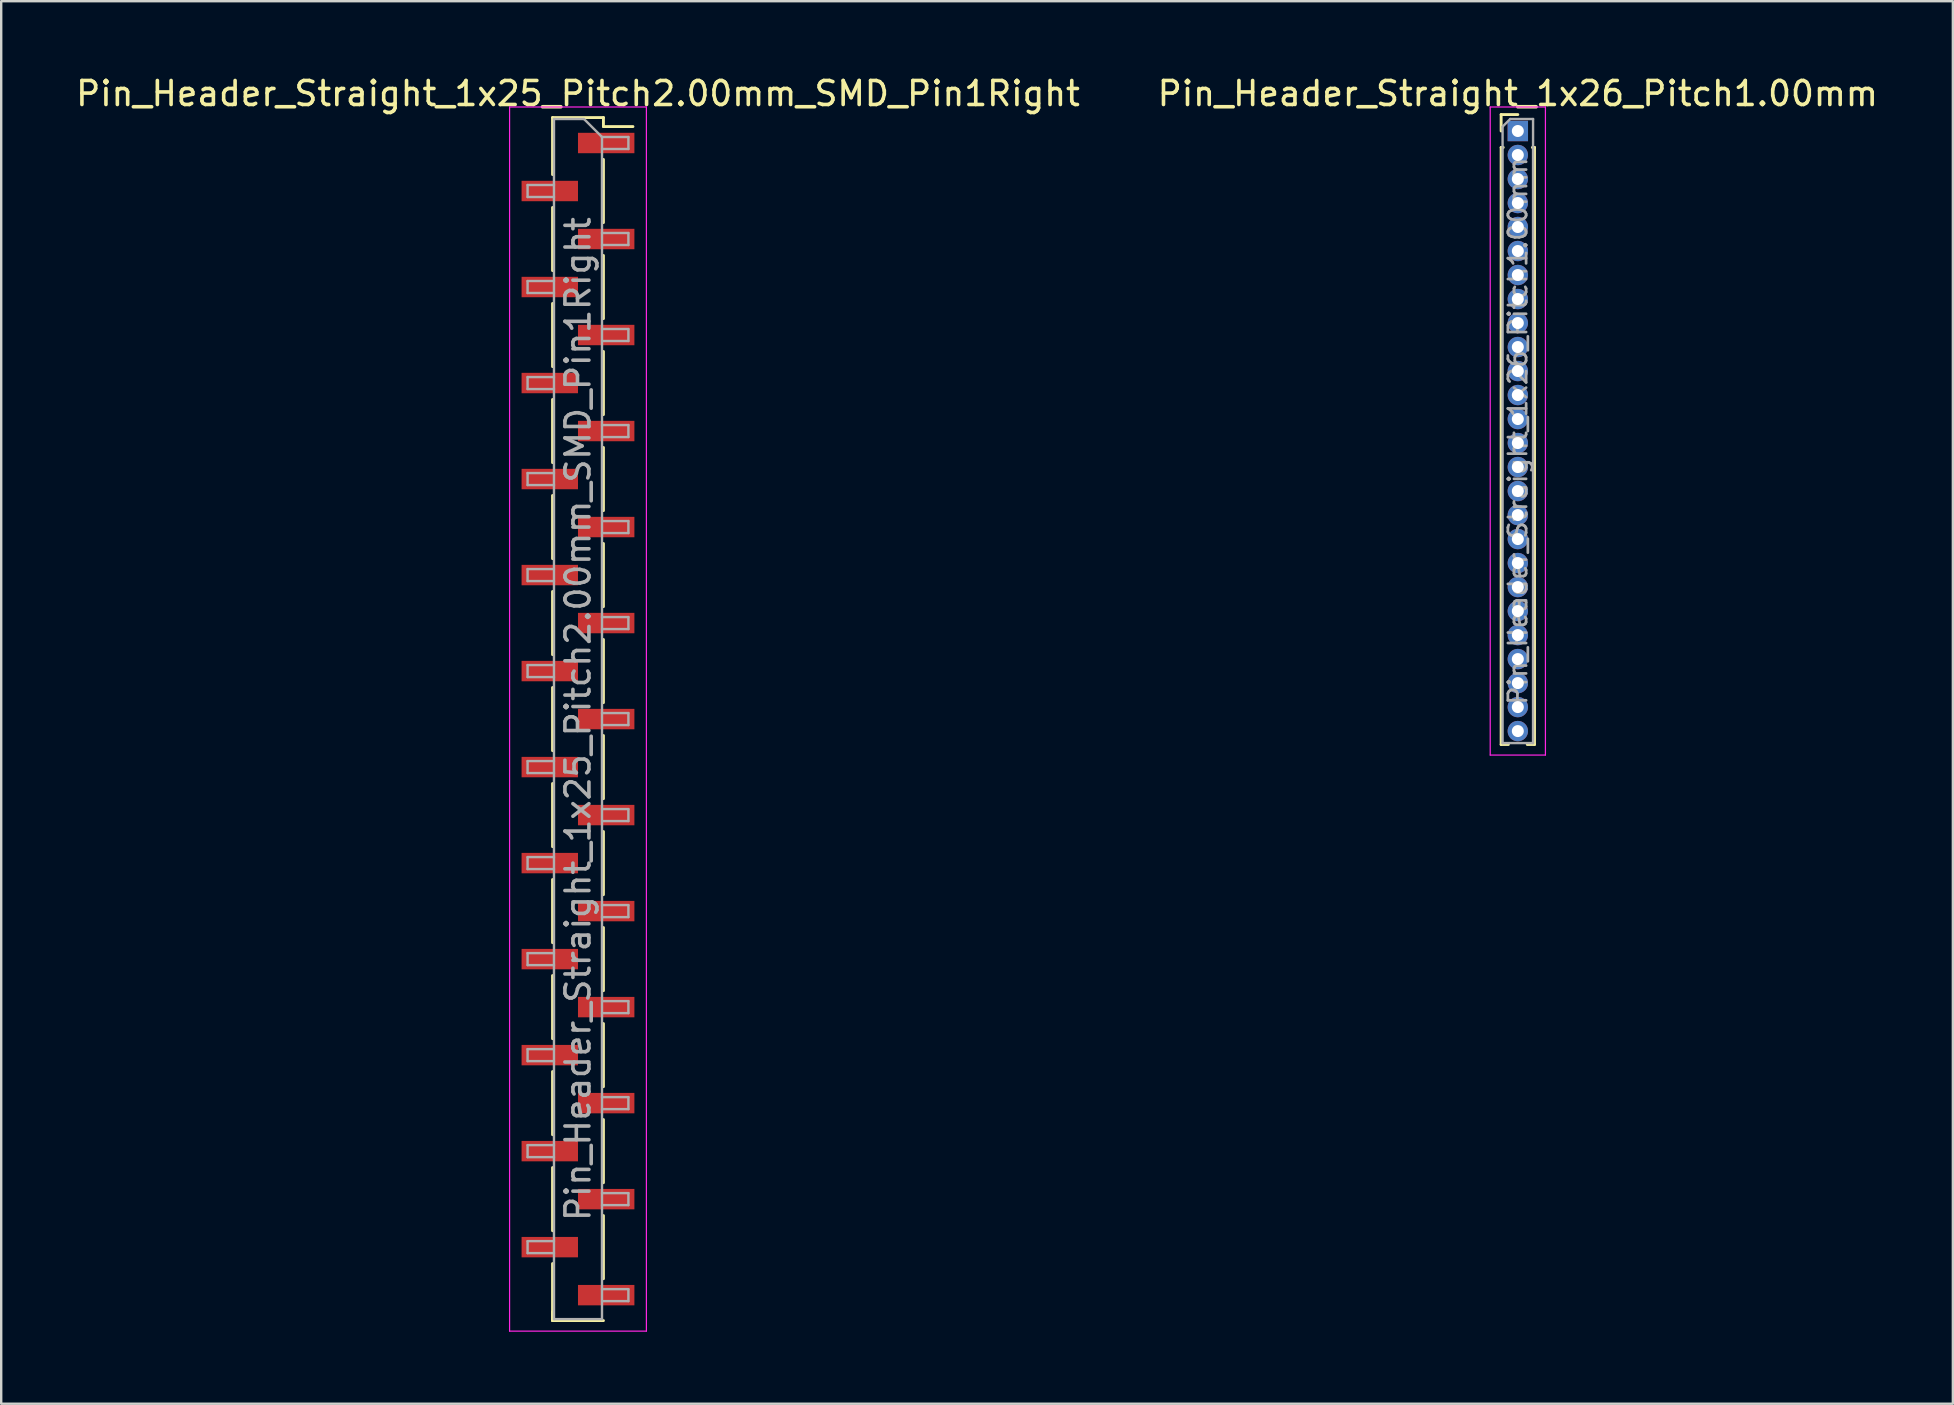
<source format=kicad_pcb>
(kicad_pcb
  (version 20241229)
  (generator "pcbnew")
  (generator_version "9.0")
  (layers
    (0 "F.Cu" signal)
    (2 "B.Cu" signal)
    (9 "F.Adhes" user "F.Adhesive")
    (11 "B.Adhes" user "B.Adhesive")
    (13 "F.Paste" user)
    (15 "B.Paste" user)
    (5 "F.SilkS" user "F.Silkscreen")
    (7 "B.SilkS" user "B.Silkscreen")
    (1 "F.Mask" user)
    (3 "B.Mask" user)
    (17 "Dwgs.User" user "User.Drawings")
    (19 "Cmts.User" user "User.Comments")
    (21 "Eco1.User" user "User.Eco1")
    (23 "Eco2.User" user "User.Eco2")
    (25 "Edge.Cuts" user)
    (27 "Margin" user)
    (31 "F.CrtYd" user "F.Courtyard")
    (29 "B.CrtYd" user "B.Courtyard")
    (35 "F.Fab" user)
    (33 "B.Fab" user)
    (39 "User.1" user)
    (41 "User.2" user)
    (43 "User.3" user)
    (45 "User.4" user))
  (footprint "Pin_Header_Straight_1x25_Pitch2.00mm_SMD_Pin1Right"
    (layer "F.Cu")
    (at 21.03 26.908)
    (property "Reference" "Pin_Header_Straight_1x25_Pitch2.00mm_SMD_Pin1Right" (at 0 -26.06 0) (layer "F.SilkS") (effects (font (size 1 1) (thickness 0.15))))
    (attr smd)
    (fp_line (start -1.06 -25.06) (end -1.06 -22.685) (stroke (width 0.12) (type solid)) (layer "F.SilkS"))
    (fp_line (start -1.06 -25.06) (end 1.06 -25.06) (stroke (width 0.12) (type solid)) (layer "F.SilkS"))
    (fp_line (start -1.06 -21.315) (end -1.06 -18.685) (stroke (width 0.12) (type solid)) (layer "F.SilkS"))
    (fp_line (start -1.06 -17.315) (end -1.06 -14.685) (stroke (width 0.12) (type solid)) (layer "F.SilkS"))
    (fp_line (start -1.06 -13.315) (end -1.06 -10.685) (stroke (width 0.12) (type solid)) (layer "F.SilkS"))
    (fp_line (start -1.06 -9.315) (end -1.06 -6.685) (stroke (width 0.12) (type solid)) (layer "F.SilkS"))
    (fp_line (start -1.06 -5.315) (end -1.06 -2.685) (stroke (width 0.12) (type solid)) (layer "F.SilkS"))
    (fp_line (start -1.06 -1.315) (end -1.06 1.315) (stroke (width 0.12) (type solid)) (layer "F.SilkS"))
    (fp_line (start -1.06 2.685) (end -1.06 5.315) (stroke (width 0.12) (type solid)) (layer "F.SilkS"))
    (fp_line (start -1.06 6.685) (end -1.06 9.315) (stroke (width 0.12) (type solid)) (layer "F.SilkS"))
    (fp_line (start -1.06 10.685) (end -1.06 13.315) (stroke (width 0.12) (type solid)) (layer "F.SilkS"))
    (fp_line (start -1.06 14.685) (end -1.06 17.315) (stroke (width 0.12) (type solid)) (layer "F.SilkS"))
    (fp_line (start -1.06 18.685) (end -1.06 21.315) (stroke (width 0.12) (type solid)) (layer "F.SilkS"))
    (fp_line (start -1.06 22.685) (end -1.06 25.06) (stroke (width 0.12) (type solid)) (layer "F.SilkS"))
    (fp_line (start -1.06 24.685) (end -1.06 25.06) (stroke (width 0.12) (type solid)) (layer "F.SilkS"))
    (fp_line (start -1.06 25.06) (end 1.06 25.06) (stroke (width 0.12) (type solid)) (layer "F.SilkS"))
    (fp_line (start 1.06 -25.06) (end 1.06 -24.685) (stroke (width 0.12) (type solid)) (layer "F.SilkS"))
    (fp_line (start 1.06 -24.685) (end 2.29 -24.685) (stroke (width 0.12) (type solid)) (layer "F.SilkS"))
    (fp_line (start 1.06 -23.315) (end 1.06 -20.685) (stroke (width 0.12) (type solid)) (layer "F.SilkS"))
    (fp_line (start 1.06 -19.315) (end 1.06 -16.685) (stroke (width 0.12) (type solid)) (layer "F.SilkS"))
    (fp_line (start 1.06 -15.315) (end 1.06 -12.685) (stroke (width 0.12) (type solid)) (layer "F.SilkS"))
    (fp_line (start 1.06 -11.315) (end 1.06 -8.685) (stroke (width 0.12) (type solid)) (layer "F.SilkS"))
    (fp_line (start 1.06 -7.315) (end 1.06 -4.685) (stroke (width 0.12) (type solid)) (layer "F.SilkS"))
    (fp_line (start 1.06 -3.315) (end 1.06 -0.685) (stroke (width 0.12) (type solid)) (layer "F.SilkS"))
    (fp_line (start 1.06 0.685) (end 1.06 3.315) (stroke (width 0.12) (type solid)) (layer "F.SilkS"))
    (fp_line (start 1.06 4.685) (end 1.06 7.315) (stroke (width 0.12) (type solid)) (layer "F.SilkS"))
    (fp_line (start 1.06 8.685) (end 1.06 11.315) (stroke (width 0.12) (type solid)) (layer "F.SilkS"))
    (fp_line (start 1.06 12.685) (end 1.06 15.315) (stroke (width 0.12) (type solid)) (layer "F.SilkS"))
    (fp_line (start 1.06 16.685) (end 1.06 19.315) (stroke (width 0.12) (type solid)) (layer "F.SilkS"))
    (fp_line (start 1.06 20.685) (end 1.06 23.315) (stroke (width 0.12) (type solid)) (layer "F.SilkS"))
    (fp_line (start -2.85 -25.5) (end -2.85 25.5) (stroke (width 0.05) (type solid)) (layer "F.CrtYd"))
    (fp_line (start -2.85 25.5) (end 2.85 25.5) (stroke (width 0.05) (type solid)) (layer "F.CrtYd"))
    (fp_line (start 2.85 -25.5) (end -2.85 -25.5) (stroke (width 0.05) (type solid)) (layer "F.CrtYd"))
    (fp_line (start 2.85 25.5) (end 2.85 -25.5) (stroke (width 0.05) (type solid)) (layer "F.CrtYd"))
    (fp_line (start -2.1 -22.25) (end -2.1 -21.75) (stroke (width 0.1) (type solid)) (layer "F.Fab"))
    (fp_line (start -2.1 -21.75) (end -1 -21.75) (stroke (width 0.1) (type solid)) (layer "F.Fab"))
    (fp_line (start -2.1 -18.25) (end -2.1 -17.75) (stroke (width 0.1) (type solid)) (layer "F.Fab"))
    (fp_line (start -2.1 -17.75) (end -1 -17.75) (stroke (width 0.1) (type solid)) (layer "F.Fab"))
    (fp_line (start -2.1 -14.25) (end -2.1 -13.75) (stroke (width 0.1) (type solid)) (layer "F.Fab"))
    (fp_line (start -2.1 -13.75) (end -1 -13.75) (stroke (width 0.1) (type solid)) (layer "F.Fab"))
    (fp_line (start -2.1 -10.25) (end -2.1 -9.75) (stroke (width 0.1) (type solid)) (layer "F.Fab"))
    (fp_line (start -2.1 -9.75) (end -1 -9.75) (stroke (width 0.1) (type solid)) (layer "F.Fab"))
    (fp_line (start -2.1 -6.25) (end -2.1 -5.75) (stroke (width 0.1) (type solid)) (layer "F.Fab"))
    (fp_line (start -2.1 -5.75) (end -1 -5.75) (stroke (width 0.1) (type solid)) (layer "F.Fab"))
    (fp_line (start -2.1 -2.25) (end -2.1 -1.75) (stroke (width 0.1) (type solid)) (layer "F.Fab"))
    (fp_line (start -2.1 -1.75) (end -1 -1.75) (stroke (width 0.1) (type solid)) (layer "F.Fab"))
    (fp_line (start -2.1 1.75) (end -2.1 2.25) (stroke (width 0.1) (type solid)) (layer "F.Fab"))
    (fp_line (start -2.1 2.25) (end -1 2.25) (stroke (width 0.1) (type solid)) (layer "F.Fab"))
    (fp_line (start -2.1 5.75) (end -2.1 6.25) (stroke (width 0.1) (type solid)) (layer "F.Fab"))
    (fp_line (start -2.1 6.25) (end -1 6.25) (stroke (width 0.1) (type solid)) (layer "F.Fab"))
    (fp_line (start -2.1 9.75) (end -2.1 10.25) (stroke (width 0.1) (type solid)) (layer "F.Fab"))
    (fp_line (start -2.1 10.25) (end -1 10.25) (stroke (width 0.1) (type solid)) (layer "F.Fab"))
    (fp_line (start -2.1 13.75) (end -2.1 14.25) (stroke (width 0.1) (type solid)) (layer "F.Fab"))
    (fp_line (start -2.1 14.25) (end -1 14.25) (stroke (width 0.1) (type solid)) (layer "F.Fab"))
    (fp_line (start -2.1 17.75) (end -2.1 18.25) (stroke (width 0.1) (type solid)) (layer "F.Fab"))
    (fp_line (start -2.1 18.25) (end -1 18.25) (stroke (width 0.1) (type solid)) (layer "F.Fab"))
    (fp_line (start -2.1 21.75) (end -2.1 22.25) (stroke (width 0.1) (type solid)) (layer "F.Fab"))
    (fp_line (start -2.1 22.25) (end -1 22.25) (stroke (width 0.1) (type solid)) (layer "F.Fab"))
    (fp_line (start -1 -25) (end -1 25) (stroke (width 0.1) (type solid)) (layer "F.Fab"))
    (fp_line (start -1 -25) (end 0.25 -25) (stroke (width 0.1) (type solid)) (layer "F.Fab"))
    (fp_line (start -1 -22.25) (end -2.1 -22.25) (stroke (width 0.1) (type solid)) (layer "F.Fab"))
    (fp_line (start -1 -18.25) (end -2.1 -18.25) (stroke (width 0.1) (type solid)) (layer "F.Fab"))
    (fp_line (start -1 -14.25) (end -2.1 -14.25) (stroke (width 0.1) (type solid)) (layer "F.Fab"))
    (fp_line (start -1 -10.25) (end -2.1 -10.25) (stroke (width 0.1) (type solid)) (layer "F.Fab"))
    (fp_line (start -1 -6.25) (end -2.1 -6.25) (stroke (width 0.1) (type solid)) (layer "F.Fab"))
    (fp_line (start -1 -2.25) (end -2.1 -2.25) (stroke (width 0.1) (type solid)) (layer "F.Fab"))
    (fp_line (start -1 1.75) (end -2.1 1.75) (stroke (width 0.1) (type solid)) (layer "F.Fab"))
    (fp_line (start -1 5.75) (end -2.1 5.75) (stroke (width 0.1) (type solid)) (layer "F.Fab"))
    (fp_line (start -1 9.75) (end -2.1 9.75) (stroke (width 0.1) (type solid)) (layer "F.Fab"))
    (fp_line (start -1 13.75) (end -2.1 13.75) (stroke (width 0.1) (type solid)) (layer "F.Fab"))
    (fp_line (start -1 17.75) (end -2.1 17.75) (stroke (width 0.1) (type solid)) (layer "F.Fab"))
    (fp_line (start -1 21.75) (end -2.1 21.75) (stroke (width 0.1) (type solid)) (layer "F.Fab"))
    (fp_line (start 1 -24.25) (end 0.25 -25) (stroke (width 0.1) (type solid)) (layer "F.Fab"))
    (fp_line (start 1 -24.25) (end 2.1 -24.25) (stroke (width 0.1) (type solid)) (layer "F.Fab"))
    (fp_line (start 1 -20.25) (end 2.1 -20.25) (stroke (width 0.1) (type solid)) (layer "F.Fab"))
    (fp_line (start 1 -16.25) (end 2.1 -16.25) (stroke (width 0.1) (type solid)) (layer "F.Fab"))
    (fp_line (start 1 -12.25) (end 2.1 -12.25) (stroke (width 0.1) (type solid)) (layer "F.Fab"))
    (fp_line (start 1 -8.25) (end 2.1 -8.25) (stroke (width 0.1) (type solid)) (layer "F.Fab"))
    (fp_line (start 1 -4.25) (end 2.1 -4.25) (stroke (width 0.1) (type solid)) (layer "F.Fab"))
    (fp_line (start 1 -0.25) (end 2.1 -0.25) (stroke (width 0.1) (type solid)) (layer "F.Fab"))
    (fp_line (start 1 3.75) (end 2.1 3.75) (stroke (width 0.1) (type solid)) (layer "F.Fab"))
    (fp_line (start 1 7.75) (end 2.1 7.75) (stroke (width 0.1) (type solid)) (layer "F.Fab"))
    (fp_line (start 1 11.75) (end 2.1 11.75) (stroke (width 0.1) (type solid)) (layer "F.Fab"))
    (fp_line (start 1 15.75) (end 2.1 15.75) (stroke (width 0.1) (type solid)) (layer "F.Fab"))
    (fp_line (start 1 19.75) (end 2.1 19.75) (stroke (width 0.1) (type solid)) (layer "F.Fab"))
    (fp_line (start 1 23.75) (end 2.1 23.75) (stroke (width 0.1) (type solid)) (layer "F.Fab"))
    (fp_line (start 1 25) (end -1 25) (stroke (width 0.1) (type solid)) (layer "F.Fab"))
    (fp_line (start 1 25) (end 1 -24.25) (stroke (width 0.1) (type solid)) (layer "F.Fab"))
    (fp_line (start 2.1 -24.25) (end 2.1 -23.75) (stroke (width 0.1) (type solid)) (layer "F.Fab"))
    (fp_line (start 2.1 -23.75) (end 1 -23.75) (stroke (width 0.1) (type solid)) (layer "F.Fab"))
    (fp_line (start 2.1 -20.25) (end 2.1 -19.75) (stroke (width 0.1) (type solid)) (layer "F.Fab"))
    (fp_line (start 2.1 -19.75) (end 1 -19.75) (stroke (width 0.1) (type solid)) (layer "F.Fab"))
    (fp_line (start 2.1 -16.25) (end 2.1 -15.75) (stroke (width 0.1) (type solid)) (layer "F.Fab"))
    (fp_line (start 2.1 -15.75) (end 1 -15.75) (stroke (width 0.1) (type solid)) (layer "F.Fab"))
    (fp_line (start 2.1 -12.25) (end 2.1 -11.75) (stroke (width 0.1) (type solid)) (layer "F.Fab"))
    (fp_line (start 2.1 -11.75) (end 1 -11.75) (stroke (width 0.1) (type solid)) (layer "F.Fab"))
    (fp_line (start 2.1 -8.25) (end 2.1 -7.75) (stroke (width 0.1) (type solid)) (layer "F.Fab"))
    (fp_line (start 2.1 -7.75) (end 1 -7.75) (stroke (width 0.1) (type solid)) (layer "F.Fab"))
    (fp_line (start 2.1 -4.25) (end 2.1 -3.75) (stroke (width 0.1) (type solid)) (layer "F.Fab"))
    (fp_line (start 2.1 -3.75) (end 1 -3.75) (stroke (width 0.1) (type solid)) (layer "F.Fab"))
    (fp_line (start 2.1 -0.25) (end 2.1 0.25) (stroke (width 0.1) (type solid)) (layer "F.Fab"))
    (fp_line (start 2.1 0.25) (end 1 0.25) (stroke (width 0.1) (type solid)) (layer "F.Fab"))
    (fp_line (start 2.1 3.75) (end 2.1 4.25) (stroke (width 0.1) (type solid)) (layer "F.Fab"))
    (fp_line (start 2.1 4.25) (end 1 4.25) (stroke (width 0.1) (type solid)) (layer "F.Fab"))
    (fp_line (start 2.1 7.75) (end 2.1 8.25) (stroke (width 0.1) (type solid)) (layer "F.Fab"))
    (fp_line (start 2.1 8.25) (end 1 8.25) (stroke (width 0.1) (type solid)) (layer "F.Fab"))
    (fp_line (start 2.1 11.75) (end 2.1 12.25) (stroke (width 0.1) (type solid)) (layer "F.Fab"))
    (fp_line (start 2.1 12.25) (end 1 12.25) (stroke (width 0.1) (type solid)) (layer "F.Fab"))
    (fp_line (start 2.1 15.75) (end 2.1 16.25) (stroke (width 0.1) (type solid)) (layer "F.Fab"))
    (fp_line (start 2.1 16.25) (end 1 16.25) (stroke (width 0.1) (type solid)) (layer "F.Fab"))
    (fp_line (start 2.1 19.75) (end 2.1 20.25) (stroke (width 0.1) (type solid)) (layer "F.Fab"))
    (fp_line (start 2.1 20.25) (end 1 20.25) (stroke (width 0.1) (type solid)) (layer "F.Fab"))
    (fp_line (start 2.1 23.75) (end 2.1 24.25) (stroke (width 0.1) (type solid)) (layer "F.Fab"))
    (fp_line (start 2.1 24.25) (end 1 24.25) (stroke (width 0.1) (type solid)) (layer "F.Fab"))
    (fp_text user "${REFERENCE}" (at 0 0 90) (layer "F.Fab") (effects (font (size 1 1) (thickness 0.15))))
    (pad "1" smd rect (at 1.175 -24) (size 2.35 0.85) (layers "F.Cu" "F.Mask" "F.Paste"))
    (pad "2" smd rect (at -1.175 -22) (size 2.35 0.85) (layers "F.Cu" "F.Mask" "F.Paste"))
    (pad "3" smd rect (at 1.175 -20) (size 2.35 0.85) (layers "F.Cu" "F.Mask" "F.Paste"))
    (pad "4" smd rect (at -1.175 -18) (size 2.35 0.85) (layers "F.Cu" "F.Mask" "F.Paste"))
    (pad "5" smd rect (at 1.175 -16) (size 2.35 0.85) (layers "F.Cu" "F.Mask" "F.Paste"))
    (pad "6" smd rect (at -1.175 -14) (size 2.35 0.85) (layers "F.Cu" "F.Mask" "F.Paste"))
    (pad "7" smd rect (at 1.175 -12) (size 2.35 0.85) (layers "F.Cu" "F.Mask" "F.Paste"))
    (pad "8" smd rect (at -1.175 -10) (size 2.35 0.85) (layers "F.Cu" "F.Mask" "F.Paste"))
    (pad "9" smd rect (at 1.175 -8) (size 2.35 0.85) (layers "F.Cu" "F.Mask" "F.Paste"))
    (pad "10" smd rect (at -1.175 -6) (size 2.35 0.85) (layers "F.Cu" "F.Mask" "F.Paste"))
    (pad "11" smd rect (at 1.175 -4) (size 2.35 0.85) (layers "F.Cu" "F.Mask" "F.Paste"))
    (pad "12" smd rect (at -1.175 -2) (size 2.35 0.85) (layers "F.Cu" "F.Mask" "F.Paste"))
    (pad "13" smd rect (at 1.175 0) (size 2.35 0.85) (layers "F.Cu" "F.Mask" "F.Paste"))
    (pad "14" smd rect (at -1.175 2) (size 2.35 0.85) (layers "F.Cu" "F.Mask" "F.Paste"))
    (pad "15" smd rect (at 1.175 4) (size 2.35 0.85) (layers "F.Cu" "F.Mask" "F.Paste"))
    (pad "16" smd rect (at -1.175 6) (size 2.35 0.85) (layers "F.Cu" "F.Mask" "F.Paste"))
    (pad "17" smd rect (at 1.175 8) (size 2.35 0.85) (layers "F.Cu" "F.Mask" "F.Paste"))
    (pad "18" smd rect (at -1.175 10) (size 2.35 0.85) (layers "F.Cu" "F.Mask" "F.Paste"))
    (pad "19" smd rect (at 1.175 12) (size 2.35 0.85) (layers "F.Cu" "F.Mask" "F.Paste"))
    (pad "20" smd rect (at -1.175 14) (size 2.35 0.85) (layers "F.Cu" "F.Mask" "F.Paste"))
    (pad "21" smd rect (at 1.175 16) (size 2.35 0.85) (layers "F.Cu" "F.Mask" "F.Paste"))
    (pad "22" smd rect (at -1.175 18) (size 2.35 0.85) (layers "F.Cu" "F.Mask" "F.Paste"))
    (pad "23" smd rect (at 1.175 20) (size 2.35 0.85) (layers "F.Cu" "F.Mask" "F.Paste"))
    (pad "24" smd rect (at -1.175 22) (size 2.35 0.85) (layers "F.Cu" "F.Mask" "F.Paste"))
    (pad "25" smd rect (at 1.175 24) (size 2.35 0.85) (layers "F.Cu" "F.Mask" "F.Paste")))
  (footprint "Pin_Header_Straight_1x26_Pitch1.00mm"
    (layer "F.Cu")
    (at 60.185 2.408)
    (property "Reference" "Pin_Header_Straight_1x26_Pitch1.00mm" (at 0 -1.56 0) (layer "F.SilkS") (effects (font (size 1 1) (thickness 0.15))))
    (attr through_hole)
    (fp_line (start -0.695 -0.685) (end 0 -0.685) (stroke (width 0.12) (type solid)) (layer "F.SilkS"))
    (fp_line (start -0.695 0) (end -0.695 -0.685) (stroke (width 0.12) (type solid)) (layer "F.SilkS"))
    (fp_line (start -0.695 0.685) (end -0.695 25.56) (stroke (width 0.12) (type solid)) (layer "F.SilkS"))
    (fp_line (start -0.695 0.685) (end -0.608 0.685) (stroke (width 0.12) (type solid)) (layer "F.SilkS"))
    (fp_line (start -0.695 25.56) (end -0.394 25.56) (stroke (width 0.12) (type solid)) (layer "F.SilkS"))
    (fp_line (start 0.394 25.56) (end 0.695 25.56) (stroke (width 0.12) (type solid)) (layer "F.SilkS"))
    (fp_line (start 0.608 0.685) (end 0.695 0.685) (stroke (width 0.12) (type solid)) (layer "F.SilkS"))
    (fp_line (start 0.695 0.685) (end 0.695 25.56) (stroke (width 0.12) (type solid)) (layer "F.SilkS"))
    (fp_line (start -1.15 -1) (end -1.15 26) (stroke (width 0.05) (type solid)) (layer "F.CrtYd"))
    (fp_line (start -1.15 26) (end 1.15 26) (stroke (width 0.05) (type solid)) (layer "F.CrtYd"))
    (fp_line (start 1.15 -1) (end -1.15 -1) (stroke (width 0.05) (type solid)) (layer "F.CrtYd"))
    (fp_line (start 1.15 26) (end 1.15 -1) (stroke (width 0.05) (type solid)) (layer "F.CrtYd"))
    (fp_line (start -0.635 -0.182) (end -0.318 -0.5) (stroke (width 0.1) (type solid)) (layer "F.Fab"))
    (fp_line (start -0.635 25.5) (end -0.635 -0.182) (stroke (width 0.1) (type solid)) (layer "F.Fab"))
    (fp_line (start -0.318 -0.5) (end 0.635 -0.5) (stroke (width 0.1) (type solid)) (layer "F.Fab"))
    (fp_line (start 0.635 -0.5) (end 0.635 25.5) (stroke (width 0.1) (type solid)) (layer "F.Fab"))
    (fp_line (start 0.635 25.5) (end -0.635 25.5) (stroke (width 0.1) (type solid)) (layer "F.Fab"))
    (fp_text user "${REFERENCE}" (at 0 12.5 90) (layer "F.Fab") (effects (font (size 0.76 0.76) (thickness 0.114))))
    (pad "1" thru_hole rect (at 0 0) (size 0.85 0.85) (drill 0.5) (layers "*.Cu" "*.Mask"))
    (pad "2" thru_hole oval (at 0 1) (size 0.85 0.85) (drill 0.5) (layers "*.Cu" "*.Mask"))
    (pad "3" thru_hole oval (at 0 2) (size 0.85 0.85) (drill 0.5) (layers "*.Cu" "*.Mask"))
    (pad "4" thru_hole oval (at 0 3) (size 0.85 0.85) (drill 0.5) (layers "*.Cu" "*.Mask"))
    (pad "5" thru_hole oval (at 0 4) (size 0.85 0.85) (drill 0.5) (layers "*.Cu" "*.Mask"))
    (pad "6" thru_hole oval (at 0 5) (size 0.85 0.85) (drill 0.5) (layers "*.Cu" "*.Mask"))
    (pad "7" thru_hole oval (at 0 6) (size 0.85 0.85) (drill 0.5) (layers "*.Cu" "*.Mask"))
    (pad "8" thru_hole oval (at 0 7) (size 0.85 0.85) (drill 0.5) (layers "*.Cu" "*.Mask"))
    (pad "9" thru_hole oval (at 0 8) (size 0.85 0.85) (drill 0.5) (layers "*.Cu" "*.Mask"))
    (pad "10" thru_hole oval (at 0 9) (size 0.85 0.85) (drill 0.5) (layers "*.Cu" "*.Mask"))
    (pad "11" thru_hole oval (at 0 10) (size 0.85 0.85) (drill 0.5) (layers "*.Cu" "*.Mask"))
    (pad "12" thru_hole oval (at 0 11) (size 0.85 0.85) (drill 0.5) (layers "*.Cu" "*.Mask"))
    (pad "13" thru_hole oval (at 0 12) (size 0.85 0.85) (drill 0.5) (layers "*.Cu" "*.Mask"))
    (pad "14" thru_hole oval (at 0 13) (size 0.85 0.85) (drill 0.5) (layers "*.Cu" "*.Mask"))
    (pad "15" thru_hole oval (at 0 14) (size 0.85 0.85) (drill 0.5) (layers "*.Cu" "*.Mask"))
    (pad "16" thru_hole oval (at 0 15) (size 0.85 0.85) (drill 0.5) (layers "*.Cu" "*.Mask"))
    (pad "17" thru_hole oval (at 0 16) (size 0.85 0.85) (drill 0.5) (layers "*.Cu" "*.Mask"))
    (pad "18" thru_hole oval (at 0 17) (size 0.85 0.85) (drill 0.5) (layers "*.Cu" "*.Mask"))
    (pad "19" thru_hole oval (at 0 18) (size 0.85 0.85) (drill 0.5) (layers "*.Cu" "*.Mask"))
    (pad "20" thru_hole oval (at 0 19) (size 0.85 0.85) (drill 0.5) (layers "*.Cu" "*.Mask"))
    (pad "21" thru_hole oval (at 0 20) (size 0.85 0.85) (drill 0.5) (layers "*.Cu" "*.Mask"))
    (pad "22" thru_hole oval (at 0 21) (size 0.85 0.85) (drill 0.5) (layers "*.Cu" "*.Mask"))
    (pad "23" thru_hole oval (at 0 22) (size 0.85 0.85) (drill 0.5) (layers "*.Cu" "*.Mask"))
    (pad "24" thru_hole oval (at 0 23) (size 0.85 0.85) (drill 0.5) (layers "*.Cu" "*.Mask"))
    (pad "25" thru_hole oval (at 0 24) (size 0.85 0.85) (drill 0.5) (layers "*.Cu" "*.Mask"))
    (pad "26" thru_hole oval (at 0 25) (size 0.85 0.85) (drill 0.5) (layers "*.Cu" "*.Mask")))
  (gr_rect
    (start -3 -3)
    (end 78.31 55.433)
    (stroke (width 0.1) (type default))
    (fill no)
    (layer "Edge.Cuts")))
</source>
